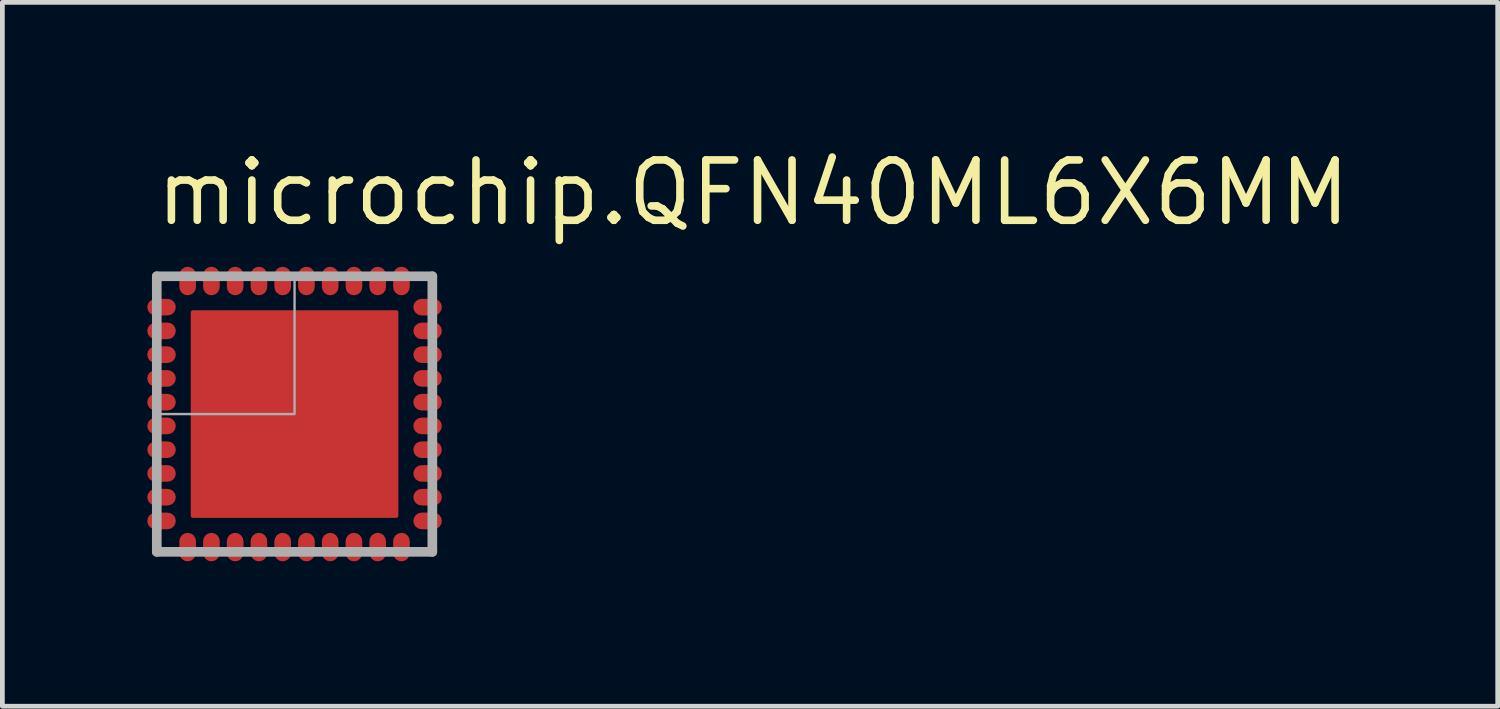
<source format=kicad_pcb>
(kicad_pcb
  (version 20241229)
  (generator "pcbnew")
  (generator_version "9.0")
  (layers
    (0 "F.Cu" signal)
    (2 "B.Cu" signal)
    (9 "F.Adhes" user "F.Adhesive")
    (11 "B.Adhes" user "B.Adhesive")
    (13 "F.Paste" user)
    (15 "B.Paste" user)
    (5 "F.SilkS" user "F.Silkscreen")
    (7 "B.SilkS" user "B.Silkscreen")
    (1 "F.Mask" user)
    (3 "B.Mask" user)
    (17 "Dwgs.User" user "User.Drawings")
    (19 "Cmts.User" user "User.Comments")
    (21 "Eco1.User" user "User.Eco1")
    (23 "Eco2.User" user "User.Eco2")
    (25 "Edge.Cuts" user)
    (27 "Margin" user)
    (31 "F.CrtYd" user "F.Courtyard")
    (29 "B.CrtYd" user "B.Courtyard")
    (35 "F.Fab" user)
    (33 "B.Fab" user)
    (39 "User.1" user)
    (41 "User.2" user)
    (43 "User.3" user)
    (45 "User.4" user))
  (footprint "microchip.QFN40ML6X6MM"
    (layer "F.Cu")
    (at 3.15 5.665)
    (property "Reference" "microchip.QFN40ML6X6MM" (at -3 -3.915 0) (layer "F.SilkS") (effects (font (size 1.27 1.27) (thickness 0.16)) (justify left bottom)))
    (attr smd)
    (fp_rect (start -3.125 -2.05) (end -2.7 -2.45) (stroke (width 0.05) (type default)) (fill yes) (layer "F.Mask"))
    (fp_rect (start -3.125 -1.55) (end -2.7 -1.95) (stroke (width 0.05) (type default)) (fill yes) (layer "F.Mask"))
    (fp_rect (start -3.125 -1.05) (end -2.7 -1.45) (stroke (width 0.05) (type default)) (fill yes) (layer "F.Mask"))
    (fp_rect (start -3.125 -0.55) (end -2.7 -0.95) (stroke (width 0.05) (type default)) (fill yes) (layer "F.Mask"))
    (fp_rect (start -3.125 -0.05) (end -2.7 -0.45) (stroke (width 0.05) (type default)) (fill yes) (layer "F.Mask"))
    (fp_rect (start -3.125 0.45) (end -2.7 0.05) (stroke (width 0.05) (type default)) (fill yes) (layer "F.Mask"))
    (fp_rect (start -3.125 0.95) (end -2.7 0.55) (stroke (width 0.05) (type default)) (fill yes) (layer "F.Mask"))
    (fp_rect (start -3.125 1.45) (end -2.7 1.05) (stroke (width 0.05) (type default)) (fill yes) (layer "F.Mask"))
    (fp_rect (start -3.125 1.95) (end -2.7 1.55) (stroke (width 0.05) (type default)) (fill yes) (layer "F.Mask"))
    (fp_rect (start -3.125 2.45) (end -2.7 2.05) (stroke (width 0.05) (type default)) (fill yes) (layer "F.Mask"))
    (fp_rect (start -2.45 -2.7) (end -2.05 -3.125) (stroke (width 0.05) (type default)) (fill yes) (layer "F.Mask"))
    (fp_rect (start -2.45 3.125) (end -2.05 2.7) (stroke (width 0.05) (type default)) (fill yes) (layer "F.Mask"))
    (fp_rect (start -1.95 -2.7) (end -1.55 -3.125) (stroke (width 0.05) (type default)) (fill yes) (layer "F.Mask"))
    (fp_rect (start -1.95 3.125) (end -1.55 2.7) (stroke (width 0.05) (type default)) (fill yes) (layer "F.Mask"))
    (fp_rect (start -1.45 -2.7) (end -1.05 -3.125) (stroke (width 0.05) (type default)) (fill yes) (layer "F.Mask"))
    (fp_rect (start -1.45 3.125) (end -1.05 2.7) (stroke (width 0.05) (type default)) (fill yes) (layer "F.Mask"))
    (fp_rect (start -0.95 -2.7) (end -0.55 -3.125) (stroke (width 0.05) (type default)) (fill yes) (layer "F.Mask"))
    (fp_rect (start -0.95 3.125) (end -0.55 2.7) (stroke (width 0.05) (type default)) (fill yes) (layer "F.Mask"))
    (fp_rect (start -0.45 -2.7) (end -0.05 -3.125) (stroke (width 0.05) (type default)) (fill yes) (layer "F.Mask"))
    (fp_rect (start -0.45 3.125) (end -0.05 2.7) (stroke (width 0.05) (type default)) (fill yes) (layer "F.Mask"))
    (fp_rect (start 0.05 -2.7) (end 0.45 -3.125) (stroke (width 0.05) (type default)) (fill yes) (layer "F.Mask"))
    (fp_rect (start 0.05 3.125) (end 0.45 2.7) (stroke (width 0.05) (type default)) (fill yes) (layer "F.Mask"))
    (fp_rect (start 0.55 -2.7) (end 0.95 -3.125) (stroke (width 0.05) (type default)) (fill yes) (layer "F.Mask"))
    (fp_rect (start 0.55 3.125) (end 0.95 2.7) (stroke (width 0.05) (type default)) (fill yes) (layer "F.Mask"))
    (fp_rect (start 1.05 -2.7) (end 1.45 -3.125) (stroke (width 0.05) (type default)) (fill yes) (layer "F.Mask"))
    (fp_rect (start 1.05 3.125) (end 1.45 2.7) (stroke (width 0.05) (type default)) (fill yes) (layer "F.Mask"))
    (fp_rect (start 1.55 -2.7) (end 1.95 -3.125) (stroke (width 0.05) (type default)) (fill yes) (layer "F.Mask"))
    (fp_rect (start 1.55 3.125) (end 1.95 2.7) (stroke (width 0.05) (type default)) (fill yes) (layer "F.Mask"))
    (fp_rect (start 2.05 -2.7) (end 2.45 -3.125) (stroke (width 0.05) (type default)) (fill yes) (layer "F.Mask"))
    (fp_rect (start 2.05 3.125) (end 2.45 2.7) (stroke (width 0.05) (type default)) (fill yes) (layer "F.Mask"))
    (fp_rect (start 2.7 -2.05) (end 3.125 -2.45) (stroke (width 0.05) (type default)) (fill yes) (layer "F.Mask"))
    (fp_rect (start 2.7 -1.55) (end 3.125 -1.95) (stroke (width 0.05) (type default)) (fill yes) (layer "F.Mask"))
    (fp_rect (start 2.7 -1.05) (end 3.125 -1.45) (stroke (width 0.05) (type default)) (fill yes) (layer "F.Mask"))
    (fp_rect (start 2.7 -0.55) (end 3.125 -0.95) (stroke (width 0.05) (type default)) (fill yes) (layer "F.Mask"))
    (fp_rect (start 2.7 -0.05) (end 3.125 -0.45) (stroke (width 0.05) (type default)) (fill yes) (layer "F.Mask"))
    (fp_rect (start 2.7 0.45) (end 3.125 0.05) (stroke (width 0.05) (type default)) (fill yes) (layer "F.Mask"))
    (fp_rect (start 2.7 0.95) (end 3.125 0.55) (stroke (width 0.05) (type default)) (fill yes) (layer "F.Mask"))
    (fp_rect (start 2.7 1.45) (end 3.125 1.05) (stroke (width 0.05) (type default)) (fill yes) (layer "F.Mask"))
    (fp_rect (start 2.7 1.95) (end 3.125 1.55) (stroke (width 0.05) (type default)) (fill yes) (layer "F.Mask"))
    (fp_rect (start 2.7 2.45) (end 3.125 2.05) (stroke (width 0.05) (type default)) (fill yes) (layer "F.Mask"))
    (fp_circle (center -2.675 -2.25) (end -2.474 -2.25) (stroke (width 0.1) (type default)) (fill no) (layer "F.Mask"))
    (fp_circle (center -2.675 -1.75) (end -2.474 -1.75) (stroke (width 0.1) (type default)) (fill no) (layer "F.Mask"))
    (fp_circle (center -2.675 -1.25) (end -2.474 -1.25) (stroke (width 0.1) (type default)) (fill no) (layer "F.Mask"))
    (fp_circle (center -2.675 -0.75) (end -2.474 -0.75) (stroke (width 0.1) (type default)) (fill no) (layer "F.Mask"))
    (fp_circle (center -2.675 -0.25) (end -2.474 -0.25) (stroke (width 0.1) (type default)) (fill no) (layer "F.Mask"))
    (fp_circle (center -2.675 0.25) (end -2.474 0.25) (stroke (width 0.1) (type default)) (fill no) (layer "F.Mask"))
    (fp_circle (center -2.675 0.75) (end -2.474 0.75) (stroke (width 0.1) (type default)) (fill no) (layer "F.Mask"))
    (fp_circle (center -2.675 1.25) (end -2.474 1.25) (stroke (width 0.1) (type default)) (fill no) (layer "F.Mask"))
    (fp_circle (center -2.675 1.75) (end -2.474 1.75) (stroke (width 0.1) (type default)) (fill no) (layer "F.Mask"))
    (fp_circle (center -2.675 2.25) (end -2.474 2.25) (stroke (width 0.1) (type default)) (fill no) (layer "F.Mask"))
    (fp_circle (center -2.25 -2.675) (end -2.049 -2.675) (stroke (width 0.1) (type default)) (fill no) (layer "F.Mask"))
    (fp_circle (center -2.25 2.675) (end -2.049 2.675) (stroke (width 0.1) (type default)) (fill no) (layer "F.Mask"))
    (fp_circle (center -1.75 -2.675) (end -1.548 -2.675) (stroke (width 0.1) (type default)) (fill no) (layer "F.Mask"))
    (fp_circle (center -1.75 2.675) (end -1.548 2.675) (stroke (width 0.1) (type default)) (fill no) (layer "F.Mask"))
    (fp_circle (center -1.25 -2.675) (end -1.048 -2.675) (stroke (width 0.1) (type default)) (fill no) (layer "F.Mask"))
    (fp_circle (center -1.25 2.675) (end -1.048 2.675) (stroke (width 0.1) (type default)) (fill no) (layer "F.Mask"))
    (fp_circle (center -0.75 -2.675) (end -0.548 -2.675) (stroke (width 0.1) (type default)) (fill no) (layer "F.Mask"))
    (fp_circle (center -0.75 2.675) (end -0.548 2.675) (stroke (width 0.1) (type default)) (fill no) (layer "F.Mask"))
    (fp_circle (center -0.25 -2.675) (end -0.049 -2.675) (stroke (width 0.1) (type default)) (fill no) (layer "F.Mask"))
    (fp_circle (center -0.25 2.675) (end -0.049 2.675) (stroke (width 0.1) (type default)) (fill no) (layer "F.Mask"))
    (fp_circle (center 0.25 -2.675) (end 0.452 -2.675) (stroke (width 0.1) (type default)) (fill no) (layer "F.Mask"))
    (fp_circle (center 0.25 2.675) (end 0.452 2.675) (stroke (width 0.1) (type default)) (fill no) (layer "F.Mask"))
    (fp_circle (center 0.75 -2.675) (end 0.952 -2.675) (stroke (width 0.1) (type default)) (fill no) (layer "F.Mask"))
    (fp_circle (center 0.75 2.675) (end 0.952 2.675) (stroke (width 0.1) (type default)) (fill no) (layer "F.Mask"))
    (fp_circle (center 1.25 -2.675) (end 1.452 -2.675) (stroke (width 0.1) (type default)) (fill no) (layer "F.Mask"))
    (fp_circle (center 1.25 2.675) (end 1.452 2.675) (stroke (width 0.1) (type default)) (fill no) (layer "F.Mask"))
    (fp_circle (center 1.75 -2.675) (end 1.952 -2.675) (stroke (width 0.1) (type default)) (fill no) (layer "F.Mask"))
    (fp_circle (center 1.75 2.675) (end 1.952 2.675) (stroke (width 0.1) (type default)) (fill no) (layer "F.Mask"))
    (fp_circle (center 2.25 -2.675) (end 2.451 -2.675) (stroke (width 0.1) (type default)) (fill no) (layer "F.Mask"))
    (fp_circle (center 2.25 2.675) (end 2.451 2.675) (stroke (width 0.1) (type default)) (fill no) (layer "F.Mask"))
    (fp_circle (center 2.675 -2.25) (end 2.877 -2.25) (stroke (width 0.1) (type default)) (fill no) (layer "F.Mask"))
    (fp_circle (center 2.675 -1.75) (end 2.877 -1.75) (stroke (width 0.1) (type default)) (fill no) (layer "F.Mask"))
    (fp_circle (center 2.675 -1.25) (end 2.877 -1.25) (stroke (width 0.1) (type default)) (fill no) (layer "F.Mask"))
    (fp_circle (center 2.675 -0.75) (end 2.877 -0.75) (stroke (width 0.1) (type default)) (fill no) (layer "F.Mask"))
    (fp_circle (center 2.675 -0.25) (end 2.877 -0.25) (stroke (width 0.1) (type default)) (fill no) (layer "F.Mask"))
    (fp_circle (center 2.675 0.25) (end 2.877 0.25) (stroke (width 0.1) (type default)) (fill no) (layer "F.Mask"))
    (fp_circle (center 2.675 0.75) (end 2.877 0.75) (stroke (width 0.1) (type default)) (fill no) (layer "F.Mask"))
    (fp_circle (center 2.675 1.25) (end 2.877 1.25) (stroke (width 0.1) (type default)) (fill no) (layer "F.Mask"))
    (fp_circle (center 2.675 1.75) (end 2.877 1.75) (stroke (width 0.1) (type default)) (fill no) (layer "F.Mask"))
    (fp_circle (center 2.675 2.25) (end 2.877 2.25) (stroke (width 0.1) (type default)) (fill no) (layer "F.Mask"))
    (fp_line (start -2.9 -2.9) (end 2.9 -2.9) (stroke (width 0.203) (type default)) (layer "F.Fab"))
    (fp_line (start -2.9 2.9) (end -2.9 -2.9) (stroke (width 0.203) (type default)) (layer "F.Fab"))
    (fp_line (start 2.9 -2.9) (end 2.9 2.9) (stroke (width 0.203) (type default)) (layer "F.Fab"))
    (fp_line (start 2.9 2.9) (end -2.9 2.9) (stroke (width 0.203) (type default)) (layer "F.Fab"))
    (fp_rect (start -2.9 0) (end 0 -2.9) (stroke (width 0.05) (type default)) (fill no) (layer "F.Fab"))
    (pad "1" smd roundrect (at -2.8 -2.25) (size 0.6 0.35) (layers "F.Cu" "F.Mask" "F.Paste") (roundrect_rratio 0.5))
    (pad "2" smd roundrect (at -2.8 -1.75) (size 0.6 0.35) (layers "F.Cu" "F.Mask" "F.Paste") (roundrect_rratio 0.5))
    (pad "3" smd roundrect (at -2.8 -1.25) (size 0.6 0.35) (layers "F.Cu" "F.Mask" "F.Paste") (roundrect_rratio 0.5))
    (pad "4" smd roundrect (at -2.8 -0.75) (size 0.6 0.35) (layers "F.Cu" "F.Mask" "F.Paste") (roundrect_rratio 0.5))
    (pad "5" smd roundrect (at -2.8 -0.25) (size 0.6 0.35) (layers "F.Cu" "F.Mask" "F.Paste") (roundrect_rratio 0.5))
    (pad "6" smd roundrect (at -2.8 0.25) (size 0.6 0.35) (layers "F.Cu" "F.Mask" "F.Paste") (roundrect_rratio 0.5))
    (pad "7" smd roundrect (at -2.8 0.75) (size 0.6 0.35) (layers "F.Cu" "F.Mask" "F.Paste") (roundrect_rratio 0.5))
    (pad "8" smd roundrect (at -2.8 1.25) (size 0.6 0.35) (layers "F.Cu" "F.Mask" "F.Paste") (roundrect_rratio 0.5))
    (pad "9" smd roundrect (at -2.8 1.75) (size 0.6 0.35) (layers "F.Cu" "F.Mask" "F.Paste") (roundrect_rratio 0.5))
    (pad "10" smd roundrect (at -2.8 2.25) (size 0.6 0.35) (layers "F.Cu" "F.Mask" "F.Paste") (roundrect_rratio 0.5))
    (pad "11" smd roundrect (at -2.25 2.8 90) (size 0.6 0.35) (layers "F.Cu" "F.Mask" "F.Paste") (roundrect_rratio 0.5))
    (pad "12" smd roundrect (at -1.75 2.8 90) (size 0.6 0.35) (layers "F.Cu" "F.Mask" "F.Paste") (roundrect_rratio 0.5))
    (pad "13" smd roundrect (at -1.25 2.8 90) (size 0.6 0.35) (layers "F.Cu" "F.Mask" "F.Paste") (roundrect_rratio 0.5))
    (pad "14" smd roundrect (at -0.75 2.8 90) (size 0.6 0.35) (layers "F.Cu" "F.Mask" "F.Paste") (roundrect_rratio 0.5))
    (pad "15" smd roundrect (at -0.25 2.8 90) (size 0.6 0.35) (layers "F.Cu" "F.Mask" "F.Paste") (roundrect_rratio 0.5))
    (pad "16" smd roundrect (at 0.25 2.8 90) (size 0.6 0.35) (layers "F.Cu" "F.Mask" "F.Paste") (roundrect_rratio 0.5))
    (pad "17" smd roundrect (at 0.75 2.8 90) (size 0.6 0.35) (layers "F.Cu" "F.Mask" "F.Paste") (roundrect_rratio 0.5))
    (pad "18" smd roundrect (at 1.25 2.8 90) (size 0.6 0.35) (layers "F.Cu" "F.Mask" "F.Paste") (roundrect_rratio 0.5))
    (pad "19" smd roundrect (at 1.75 2.8 90) (size 0.6 0.35) (layers "F.Cu" "F.Mask" "F.Paste") (roundrect_rratio 0.5))
    (pad "20" smd roundrect (at 2.25 2.8 90) (size 0.6 0.35) (layers "F.Cu" "F.Mask" "F.Paste") (roundrect_rratio 0.5))
    (pad "21" smd roundrect (at 2.8 2.25 180) (size 0.6 0.35) (layers "F.Cu" "F.Mask" "F.Paste") (roundrect_rratio 0.5))
    (pad "22" smd roundrect (at 2.8 1.75 180) (size 0.6 0.35) (layers "F.Cu" "F.Mask" "F.Paste") (roundrect_rratio 0.5))
    (pad "23" smd roundrect (at 2.8 1.25 180) (size 0.6 0.35) (layers "F.Cu" "F.Mask" "F.Paste") (roundrect_rratio 0.5))
    (pad "24" smd roundrect (at 2.8 0.75 180) (size 0.6 0.35) (layers "F.Cu" "F.Mask" "F.Paste") (roundrect_rratio 0.5))
    (pad "25" smd roundrect (at 2.8 0.25 180) (size 0.6 0.35) (layers "F.Cu" "F.Mask" "F.Paste") (roundrect_rratio 0.5))
    (pad "26" smd roundrect (at 2.8 -0.25 180) (size 0.6 0.35) (layers "F.Cu" "F.Mask" "F.Paste") (roundrect_rratio 0.5))
    (pad "27" smd roundrect (at 2.8 -0.75 180) (size 0.6 0.35) (layers "F.Cu" "F.Mask" "F.Paste") (roundrect_rratio 0.5))
    (pad "28" smd roundrect (at 2.8 -1.25 180) (size 0.6 0.35) (layers "F.Cu" "F.Mask" "F.Paste") (roundrect_rratio 0.5))
    (pad "29" smd roundrect (at 2.8 -1.75 180) (size 0.6 0.35) (layers "F.Cu" "F.Mask" "F.Paste") (roundrect_rratio 0.5))
    (pad "30" smd roundrect (at 2.8 -2.25 180) (size 0.6 0.35) (layers "F.Cu" "F.Mask" "F.Paste") (roundrect_rratio 0.5))
    (pad "31" smd roundrect (at 2.25 -2.8 270) (size 0.6 0.35) (layers "F.Cu" "F.Mask" "F.Paste") (roundrect_rratio 0.5))
    (pad "32" smd roundrect (at 1.75 -2.8 270) (size 0.6 0.35) (layers "F.Cu" "F.Mask" "F.Paste") (roundrect_rratio 0.5))
    (pad "33" smd roundrect (at 1.25 -2.8 270) (size 0.6 0.35) (layers "F.Cu" "F.Mask" "F.Paste") (roundrect_rratio 0.5))
    (pad "34" smd roundrect (at 0.75 -2.8 270) (size 0.6 0.35) (layers "F.Cu" "F.Mask" "F.Paste") (roundrect_rratio 0.5))
    (pad "35" smd roundrect (at 0.25 -2.8 270) (size 0.6 0.35) (layers "F.Cu" "F.Mask" "F.Paste") (roundrect_rratio 0.5))
    (pad "36" smd roundrect (at -0.25 -2.8 270) (size 0.6 0.35) (layers "F.Cu" "F.Mask" "F.Paste") (roundrect_rratio 0.5))
    (pad "37" smd roundrect (at -0.75 -2.8 270) (size 0.6 0.35) (layers "F.Cu" "F.Mask" "F.Paste") (roundrect_rratio 0.5))
    (pad "38" smd roundrect (at -1.25 -2.8 270) (size 0.6 0.35) (layers "F.Cu" "F.Mask" "F.Paste") (roundrect_rratio 0.5))
    (pad "39" smd roundrect (at -1.75 -2.8 270) (size 0.6 0.35) (layers "F.Cu" "F.Mask" "F.Paste") (roundrect_rratio 0.5))
    (pad "40" smd roundrect (at -2.25 -2.8 270) (size 0.6 0.35) (layers "F.Cu" "F.Mask" "F.Paste") (roundrect_rratio 0.5))
    (pad "EXP" smd roundrect (at 0 0) (size 4.37 4.37) (layers "F.Cu" "F.Mask" "F.Paste") (roundrect_rratio 0.01)))
  (gr_rect
    (start -3 -3)
    (end 28.474 11.815)
    (stroke (width 0.1) (type default))
    (fill no)
    (layer "Edge.Cuts")))
</source>
